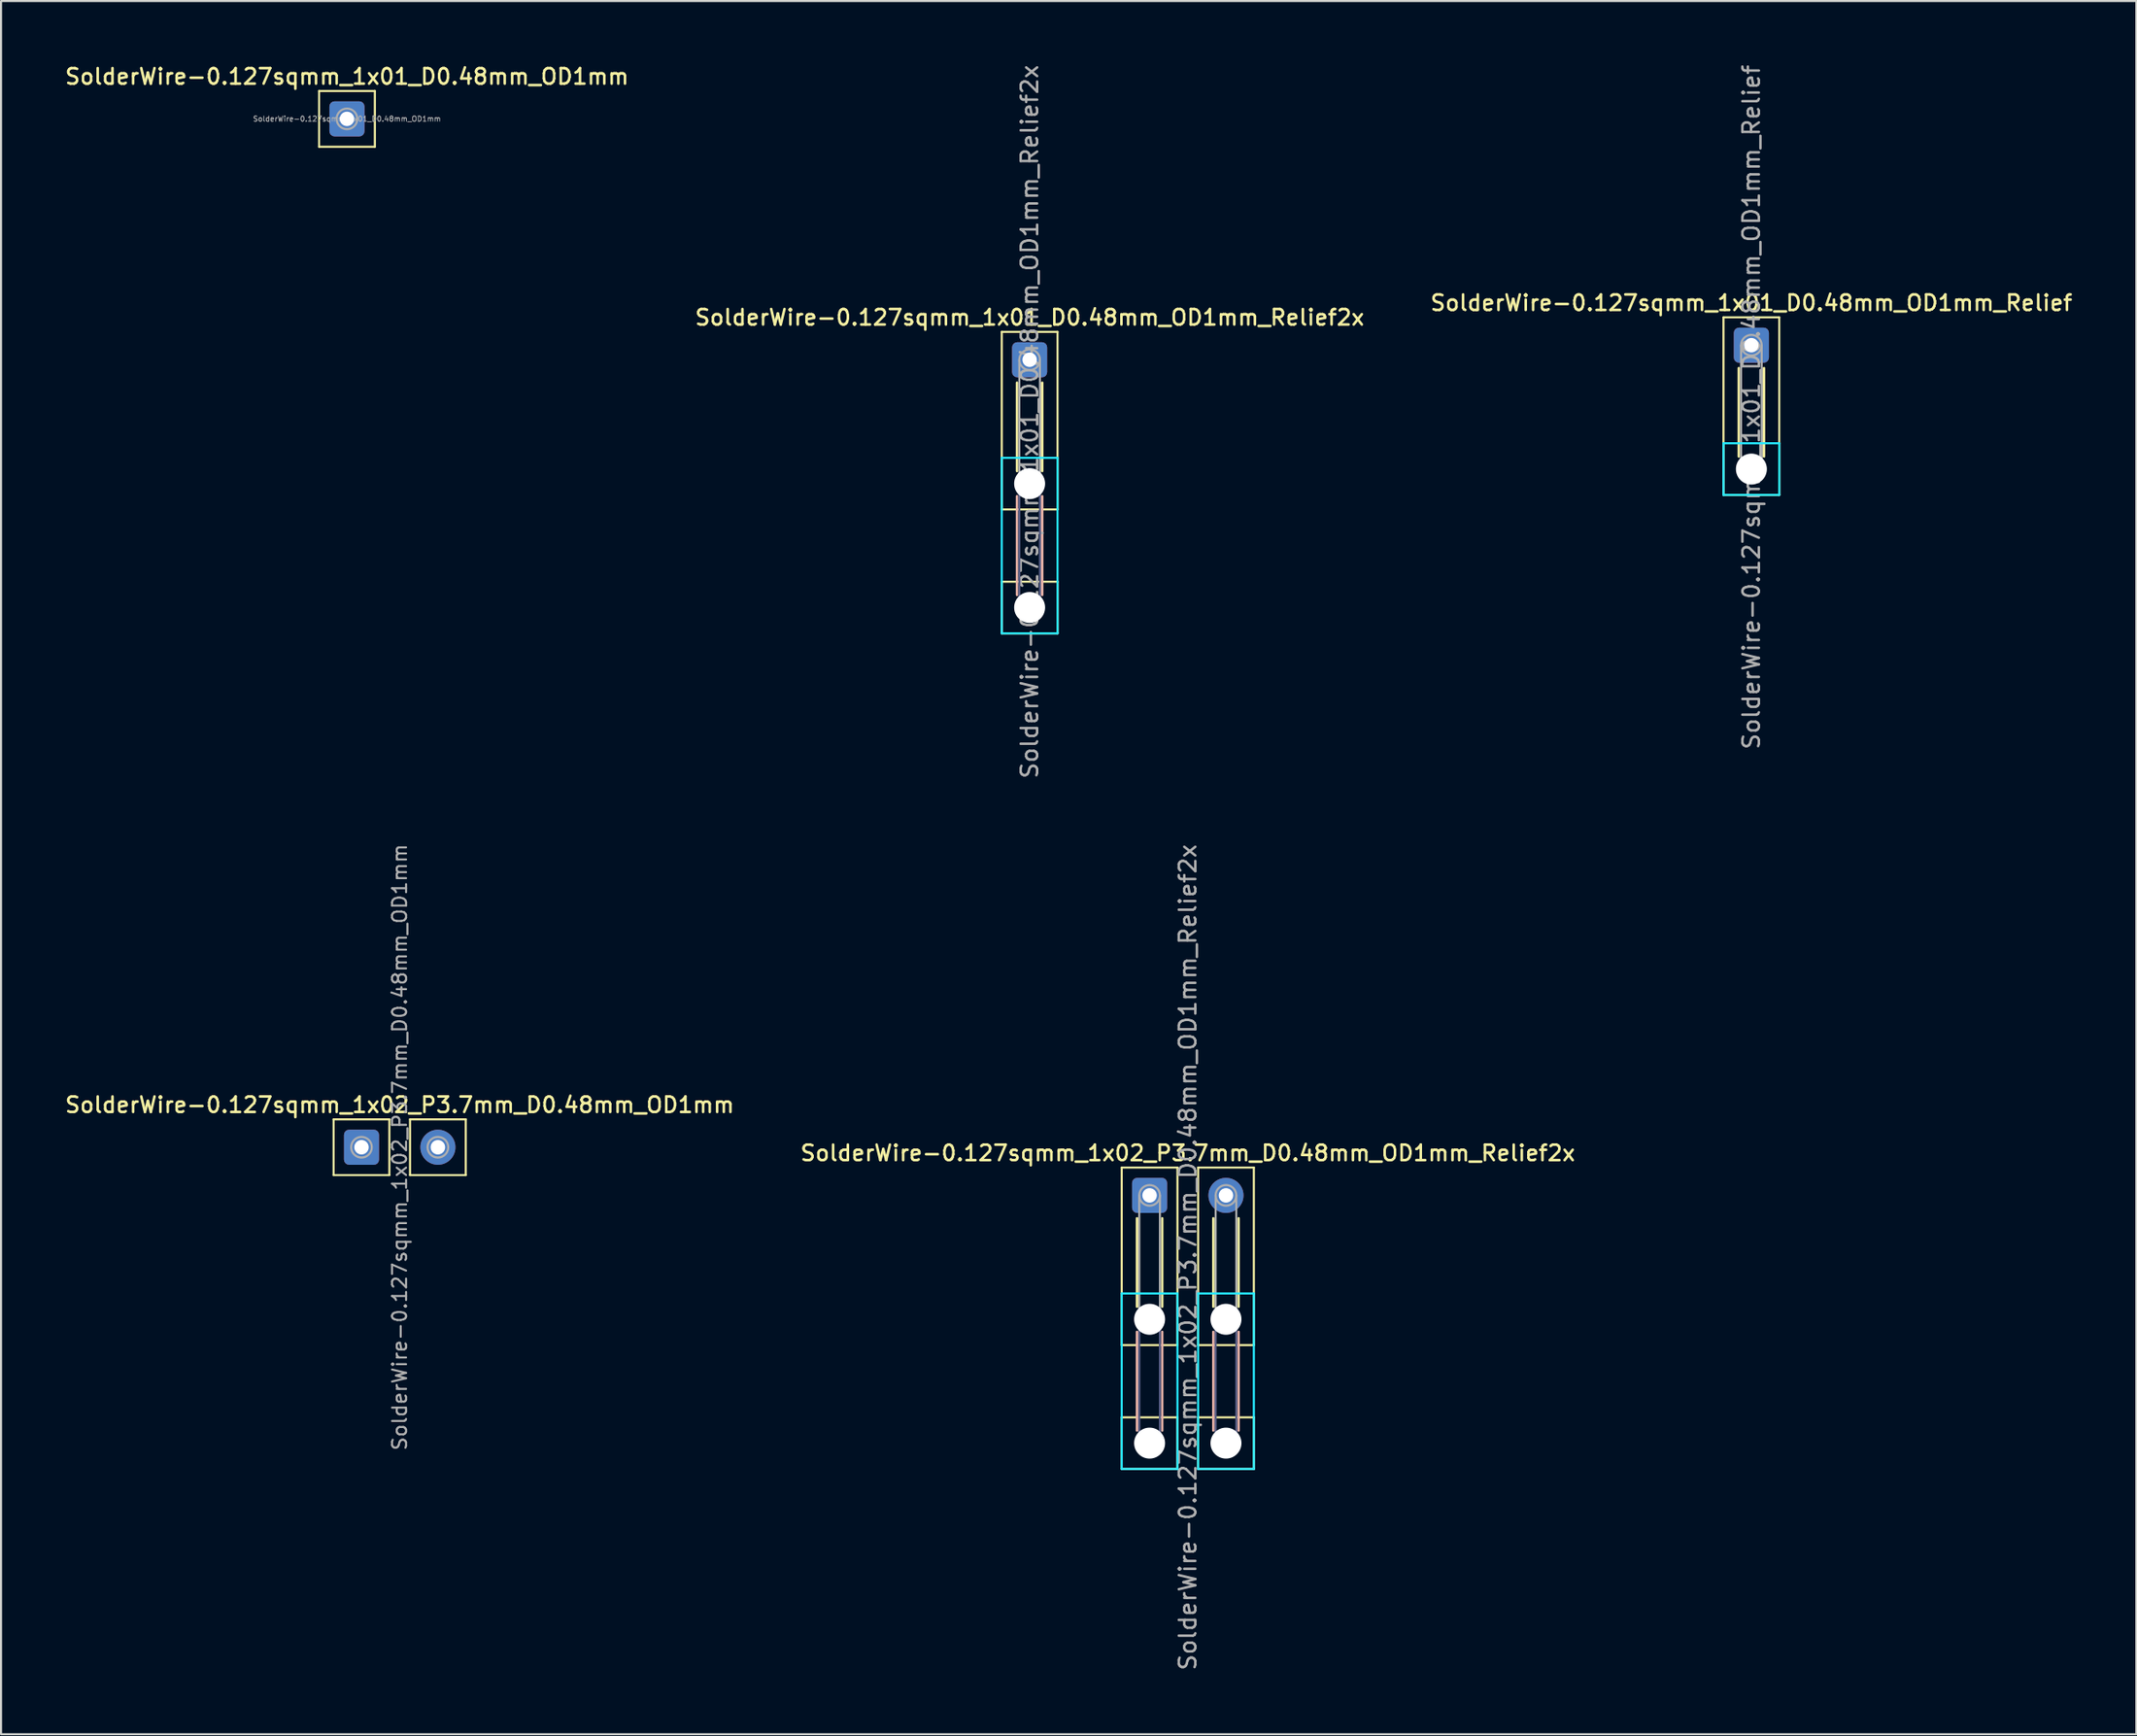
<source format=kicad_pcb>
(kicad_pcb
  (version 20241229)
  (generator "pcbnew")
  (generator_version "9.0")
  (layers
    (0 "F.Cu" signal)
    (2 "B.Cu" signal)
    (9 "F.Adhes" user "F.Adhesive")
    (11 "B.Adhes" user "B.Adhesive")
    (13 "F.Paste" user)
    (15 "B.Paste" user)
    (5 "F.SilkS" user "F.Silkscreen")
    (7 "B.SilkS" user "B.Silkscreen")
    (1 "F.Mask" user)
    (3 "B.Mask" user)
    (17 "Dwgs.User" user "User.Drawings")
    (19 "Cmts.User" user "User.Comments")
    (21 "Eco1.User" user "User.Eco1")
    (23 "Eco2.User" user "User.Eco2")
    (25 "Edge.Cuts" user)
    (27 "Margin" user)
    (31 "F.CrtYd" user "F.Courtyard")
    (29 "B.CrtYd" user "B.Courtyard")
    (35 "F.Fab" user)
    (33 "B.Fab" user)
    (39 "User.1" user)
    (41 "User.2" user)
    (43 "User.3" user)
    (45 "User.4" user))
  (footprint "SolderWire-0.127sqmm_1x01_D0.48mm_OD1mm"
    (layer "F.Cu")
    (at 13.755 2.708)
    (property "Reference" "SolderWire-0.127sqmm_1x01_D0.48mm_OD1mm" (at 0 -2.05 0) (layer "F.SilkS") (effects (font (size 0.75 0.75) (thickness 0.125))))
    (attr exclude_from_pos_files exclude_from_bom)
    (fp_line (start -1.35 -1.35) (end -1.35 1.35) (stroke (width 0.1) (type solid)) (layer "F.SilkS"))
    (fp_line (start -1.35 1.35) (end 1.35 1.35) (stroke (width 0.1) (type solid)) (layer "F.SilkS"))
    (fp_line (start 1.35 -1.35) (end -1.35 -1.35) (stroke (width 0.1) (type solid)) (layer "F.SilkS"))
    (fp_line (start 1.35 1.35) (end 1.35 -1.35) (stroke (width 0.1) (type solid)) (layer "F.SilkS"))
    (fp_circle (center 0 0) (end 0.5 0) (stroke (width 0.1) (type solid)) (fill no) (layer "F.Fab"))
    (fp_text user "${REFERENCE}" (at 0 0 0) (layer "F.Fab") (effects (font (size 0.25 0.25) (thickness 0.04))))
    (pad "1" thru_hole roundrect (at 0 0) (size 1.7 1.7) (drill 0.7) (layers "*.Cu" "*.Mask") (roundrect_rratio 0.147)))
  (footprint "SolderWire-0.127sqmm_1x02_P3.7mm_D0.48mm_OD1mm_Relief2x"
    (layer "F.Cu")
    (at 52.63 54.852)
    (property "Reference" "SolderWire-0.127sqmm_1x02_P3.7mm_D0.48mm_OD1mm_Relief2x" (at 1.85 -2.05 0) (layer "F.SilkS") (effects (font (size 0.75 0.75) (thickness 0.125))))
    (attr exclude_from_pos_files exclude_from_bom)
    (fp_line (start -1.35 -1.35) (end -1.35 7.25) (stroke (width 0.1) (type solid)) (layer "F.SilkS"))
    (fp_line (start -1.35 7.25) (end 1.35 7.25) (stroke (width 0.1) (type solid)) (layer "F.SilkS"))
    (fp_line (start -1.35 10.75) (end -1.35 13.25) (stroke (width 0.1) (type solid)) (layer "F.SilkS"))
    (fp_line (start -1.35 13.25) (end 1.35 13.25) (stroke (width 0.1) (type solid)) (layer "F.SilkS"))
    (fp_line (start -0.61 1.11) (end -0.61 5.39) (stroke (width 0.12) (type solid)) (layer "F.SilkS"))
    (fp_line (start 0.61 1.11) (end 0.61 5.39) (stroke (width 0.12) (type solid)) (layer "F.SilkS"))
    (fp_line (start 1.35 -1.35) (end -1.35 -1.35) (stroke (width 0.1) (type solid)) (layer "F.SilkS"))
    (fp_line (start 1.35 7.25) (end 1.35 -1.35) (stroke (width 0.1) (type solid)) (layer "F.SilkS"))
    (fp_line (start 1.35 10.75) (end -1.35 10.75) (stroke (width 0.1) (type solid)) (layer "F.SilkS"))
    (fp_line (start 1.35 13.25) (end 1.35 10.75) (stroke (width 0.1) (type solid)) (layer "F.SilkS"))
    (fp_line (start 2.35 -1.35) (end 2.35 7.25) (stroke (width 0.1) (type solid)) (layer "F.SilkS"))
    (fp_line (start 2.35 7.25) (end 5.05 7.25) (stroke (width 0.1) (type solid)) (layer "F.SilkS"))
    (fp_line (start 2.35 10.75) (end 2.35 13.25) (stroke (width 0.1) (type solid)) (layer "F.SilkS"))
    (fp_line (start 2.35 13.25) (end 5.05 13.25) (stroke (width 0.1) (type solid)) (layer "F.SilkS"))
    (fp_line (start 3.09 1.11) (end 3.09 5.39) (stroke (width 0.12) (type solid)) (layer "F.SilkS"))
    (fp_line (start 4.31 1.11) (end 4.31 5.39) (stroke (width 0.12) (type solid)) (layer "F.SilkS"))
    (fp_line (start 5.05 -1.35) (end 2.35 -1.35) (stroke (width 0.1) (type solid)) (layer "F.SilkS"))
    (fp_line (start 5.05 7.25) (end 5.05 -1.35) (stroke (width 0.1) (type solid)) (layer "F.SilkS"))
    (fp_line (start 5.05 10.75) (end 2.35 10.75) (stroke (width 0.1) (type solid)) (layer "F.SilkS"))
    (fp_line (start 5.05 13.25) (end 5.05 10.75) (stroke (width 0.1) (type solid)) (layer "F.SilkS"))
    (fp_line (start -0.61 6.61) (end -0.61 11.39) (stroke (width 0.12) (type solid)) (layer "B.SilkS"))
    (fp_line (start 0.61 6.61) (end 0.61 11.39) (stroke (width 0.12) (type solid)) (layer "B.SilkS"))
    (fp_line (start 3.09 6.61) (end 3.09 11.39) (stroke (width 0.12) (type solid)) (layer "B.SilkS"))
    (fp_line (start 4.31 6.61) (end 4.31 11.39) (stroke (width 0.12) (type solid)) (layer "B.SilkS"))
    (fp_line (start -1.35 4.75) (end -1.35 13.25) (stroke (width 0.1) (type solid)) (layer "B.CrtYd"))
    (fp_line (start -1.35 13.25) (end 1.35 13.25) (stroke (width 0.1) (type solid)) (layer "B.CrtYd"))
    (fp_line (start 1.35 4.75) (end -1.35 4.75) (stroke (width 0.1) (type solid)) (layer "B.CrtYd"))
    (fp_line (start 1.35 13.25) (end 1.35 4.75) (stroke (width 0.1) (type solid)) (layer "B.CrtYd"))
    (fp_line (start 2.35 4.75) (end 2.35 13.25) (stroke (width 0.1) (type solid)) (layer "B.CrtYd"))
    (fp_line (start 2.35 13.25) (end 5.05 13.25) (stroke (width 0.1) (type solid)) (layer "B.CrtYd"))
    (fp_line (start 5.05 4.75) (end 2.35 4.75) (stroke (width 0.1) (type solid)) (layer "B.CrtYd"))
    (fp_line (start 5.05 13.25) (end 5.05 4.75) (stroke (width 0.1) (type solid)) (layer "B.CrtYd"))
    (fp_line (start -0.5 6) (end -0.5 12) (stroke (width 0.1) (type solid)) (layer "B.Fab"))
    (fp_line (start 0.5 6) (end 0.5 12) (stroke (width 0.1) (type solid)) (layer "B.Fab"))
    (fp_line (start 3.2 6) (end 3.2 12) (stroke (width 0.1) (type solid)) (layer "B.Fab"))
    (fp_line (start 4.2 6) (end 4.2 12) (stroke (width 0.1) (type solid)) (layer "B.Fab"))
    (fp_circle (center 0 6) (end 0.5 6) (stroke (width 0.1) (type solid)) (fill no) (layer "B.Fab"))
    (fp_circle (center 0 12) (end 0.5 12) (stroke (width 0.1) (type solid)) (fill no) (layer "B.Fab"))
    (fp_circle (center 3.7 6) (end 4.2 6) (stroke (width 0.1) (type solid)) (fill no) (layer "B.Fab"))
    (fp_circle (center 3.7 12) (end 4.2 12) (stroke (width 0.1) (type solid)) (fill no) (layer "B.Fab"))
    (fp_line (start -0.5 0) (end -0.5 6) (stroke (width 0.1) (type solid)) (layer "F.Fab"))
    (fp_line (start 0.5 0) (end 0.5 6) (stroke (width 0.1) (type solid)) (layer "F.Fab"))
    (fp_line (start 3.2 0) (end 3.2 6) (stroke (width 0.1) (type solid)) (layer "F.Fab"))
    (fp_line (start 4.2 0) (end 4.2 6) (stroke (width 0.1) (type solid)) (layer "F.Fab"))
    (fp_circle (center 0 0) (end 0.5 0) (stroke (width 0.1) (type solid)) (fill no) (layer "F.Fab"))
    (fp_circle (center 0 6) (end 0.5 6) (stroke (width 0.1) (type solid)) (fill no) (layer "F.Fab"))
    (fp_circle (center 0 12) (end 0.5 12) (stroke (width 0.1) (type solid)) (fill no) (layer "F.Fab"))
    (fp_circle (center 3.7 0) (end 4.2 0) (stroke (width 0.1) (type solid)) (fill no) (layer "F.Fab"))
    (fp_circle (center 3.7 6) (end 4.2 6) (stroke (width 0.1) (type solid)) (fill no) (layer "F.Fab"))
    (fp_circle (center 3.7 12) (end 4.2 12) (stroke (width 0.1) (type solid)) (fill no) (layer "F.Fab"))
    (fp_text user "${REFERENCE}" (at 1.85 3 90) (layer "F.Fab") (effects (font (size 0.8 0.8) (thickness 0.12))))
    (pad "" np_thru_hole circle (at 0 6) (size 1.5 1.5) (drill 1.5) (layers "*.Cu" "*.Mask"))
    (pad "" np_thru_hole circle (at 0 12) (size 1.5 1.5) (drill 1.5) (layers "*.Cu" "*.Mask"))
    (pad "" np_thru_hole circle (at 3.7 6) (size 1.5 1.5) (drill 1.5) (layers "*.Cu" "*.Mask"))
    (pad "" np_thru_hole circle (at 3.7 12) (size 1.5 1.5) (drill 1.5) (layers "*.Cu" "*.Mask"))
    (pad "1" thru_hole roundrect (at 0 0) (size 1.7 1.7) (drill 0.7) (layers "*.Cu" "*.Mask") (roundrect_rratio 0.147))
    (pad "2" thru_hole circle (at 3.7 0) (size 1.7 1.7) (drill 0.7) (layers "*.Cu" "*.Mask")))
  (footprint "SolderWire-0.127sqmm_1x01_D0.48mm_OD1mm_Relief"
    (layer "F.Cu")
    (at 81.777 13.671)
    (property "Reference" "SolderWire-0.127sqmm_1x01_D0.48mm_OD1mm_Relief" (at 0 -2.05 0) (layer "F.SilkS") (effects (font (size 0.75 0.75) (thickness 0.125))))
    (attr exclude_from_pos_files exclude_from_bom)
    (fp_line (start -1.35 -1.35) (end -1.35 7.25) (stroke (width 0.1) (type solid)) (layer "F.SilkS"))
    (fp_line (start -1.35 7.25) (end 1.35 7.25) (stroke (width 0.1) (type solid)) (layer "F.SilkS"))
    (fp_line (start -0.61 1.11) (end -0.61 5.39) (stroke (width 0.12) (type solid)) (layer "F.SilkS"))
    (fp_line (start 0.61 1.11) (end 0.61 5.39) (stroke (width 0.12) (type solid)) (layer "F.SilkS"))
    (fp_line (start 1.35 -1.35) (end -1.35 -1.35) (stroke (width 0.1) (type solid)) (layer "F.SilkS"))
    (fp_line (start 1.35 7.25) (end 1.35 -1.35) (stroke (width 0.1) (type solid)) (layer "F.SilkS"))
    (fp_line (start -1.35 4.75) (end -1.35 7.25) (stroke (width 0.1) (type solid)) (layer "B.CrtYd"))
    (fp_line (start -1.35 7.25) (end 1.35 7.25) (stroke (width 0.1) (type solid)) (layer "B.CrtYd"))
    (fp_line (start 1.35 4.75) (end -1.35 4.75) (stroke (width 0.1) (type solid)) (layer "B.CrtYd"))
    (fp_line (start 1.35 7.25) (end 1.35 4.75) (stroke (width 0.1) (type solid)) (layer "B.CrtYd"))
    (fp_line (start -0.5 0) (end -0.5 6) (stroke (width 0.1) (type solid)) (layer "F.Fab"))
    (fp_line (start 0.5 0) (end 0.5 6) (stroke (width 0.1) (type solid)) (layer "F.Fab"))
    (fp_circle (center 0 0) (end 0.5 0) (stroke (width 0.1) (type solid)) (fill no) (layer "F.Fab"))
    (fp_circle (center 0 6) (end 0.5 6) (stroke (width 0.1) (type solid)) (fill no) (layer "F.Fab"))
    (fp_text user "${REFERENCE}" (at 0 3 90) (layer "F.Fab") (effects (font (size 0.8 0.8) (thickness 0.12))))
    (pad "" np_thru_hole circle (at 0 6) (size 1.5 1.5) (drill 1.5) (layers "*.Cu" "*.Mask"))
    (pad "1" thru_hole roundrect (at 0 0) (size 1.7 1.7) (drill 0.7) (layers "*.Cu" "*.Mask") (roundrect_rratio 0.147)))
  (footprint "SolderWire-0.127sqmm_1x02_P3.7mm_D0.48mm_OD1mm"
    (layer "F.Cu")
    (at 14.459 52.519)
    (property "Reference" "SolderWire-0.127sqmm_1x02_P3.7mm_D0.48mm_OD1mm" (at 1.85 -2.05 0) (layer "F.SilkS") (effects (font (size 0.75 0.75) (thickness 0.125))))
    (attr exclude_from_pos_files exclude_from_bom)
    (fp_line (start -1.35 -1.35) (end -1.35 1.35) (stroke (width 0.1) (type solid)) (layer "F.SilkS"))
    (fp_line (start -1.35 1.35) (end 1.35 1.35) (stroke (width 0.1) (type solid)) (layer "F.SilkS"))
    (fp_line (start 1.35 -1.35) (end -1.35 -1.35) (stroke (width 0.1) (type solid)) (layer "F.SilkS"))
    (fp_line (start 1.35 1.35) (end 1.35 -1.35) (stroke (width 0.1) (type solid)) (layer "F.SilkS"))
    (fp_line (start 2.35 -1.35) (end 2.35 1.35) (stroke (width 0.1) (type solid)) (layer "F.SilkS"))
    (fp_line (start 2.35 1.35) (end 5.05 1.35) (stroke (width 0.1) (type solid)) (layer "F.SilkS"))
    (fp_line (start 5.05 -1.35) (end 2.35 -1.35) (stroke (width 0.1) (type solid)) (layer "F.SilkS"))
    (fp_line (start 5.05 1.35) (end 5.05 -1.35) (stroke (width 0.1) (type solid)) (layer "F.SilkS"))
    (fp_circle (center 0 0) (end 0.5 0) (stroke (width 0.1) (type solid)) (fill no) (layer "F.Fab"))
    (fp_circle (center 3.7 0) (end 4.2 0) (stroke (width 0.1) (type solid)) (fill no) (layer "F.Fab"))
    (fp_text user "${REFERENCE}" (at 1.85 0 90) (layer "F.Fab") (effects (font (size 0.68 0.68) (thickness 0.1))))
    (pad "1" thru_hole roundrect (at 0 0) (size 1.7 1.7) (drill 0.7) (layers "*.Cu" "*.Mask") (roundrect_rratio 0.147))
    (pad "2" thru_hole circle (at 3.7 0) (size 1.7 1.7) (drill 0.7) (layers "*.Cu" "*.Mask")))
  (footprint "SolderWire-0.127sqmm_1x01_D0.48mm_OD1mm_Relief2x"
    (layer "F.Cu")
    (at 46.82 14.376)
    (property "Reference" "SolderWire-0.127sqmm_1x01_D0.48mm_OD1mm_Relief2x" (at 0 -2.05 0) (layer "F.SilkS") (effects (font (size 0.75 0.75) (thickness 0.125))))
    (attr exclude_from_pos_files exclude_from_bom)
    (fp_line (start -1.35 -1.35) (end -1.35 7.25) (stroke (width 0.1) (type solid)) (layer "F.SilkS"))
    (fp_line (start -1.35 7.25) (end 1.35 7.25) (stroke (width 0.1) (type solid)) (layer "F.SilkS"))
    (fp_line (start -1.35 10.75) (end -1.35 13.25) (stroke (width 0.1) (type solid)) (layer "F.SilkS"))
    (fp_line (start -1.35 13.25) (end 1.35 13.25) (stroke (width 0.1) (type solid)) (layer "F.SilkS"))
    (fp_line (start -0.61 1.11) (end -0.61 5.39) (stroke (width 0.12) (type solid)) (layer "F.SilkS"))
    (fp_line (start 0.61 1.11) (end 0.61 5.39) (stroke (width 0.12) (type solid)) (layer "F.SilkS"))
    (fp_line (start 1.35 -1.35) (end -1.35 -1.35) (stroke (width 0.1) (type solid)) (layer "F.SilkS"))
    (fp_line (start 1.35 7.25) (end 1.35 -1.35) (stroke (width 0.1) (type solid)) (layer "F.SilkS"))
    (fp_line (start 1.35 10.75) (end -1.35 10.75) (stroke (width 0.1) (type solid)) (layer "F.SilkS"))
    (fp_line (start 1.35 13.25) (end 1.35 10.75) (stroke (width 0.1) (type solid)) (layer "F.SilkS"))
    (fp_line (start -0.61 6.61) (end -0.61 11.39) (stroke (width 0.12) (type solid)) (layer "B.SilkS"))
    (fp_line (start 0.61 6.61) (end 0.61 11.39) (stroke (width 0.12) (type solid)) (layer "B.SilkS"))
    (fp_line (start -1.35 4.75) (end -1.35 13.25) (stroke (width 0.1) (type solid)) (layer "B.CrtYd"))
    (fp_line (start -1.35 13.25) (end 1.35 13.25) (stroke (width 0.1) (type solid)) (layer "B.CrtYd"))
    (fp_line (start 1.35 4.75) (end -1.35 4.75) (stroke (width 0.1) (type solid)) (layer "B.CrtYd"))
    (fp_line (start 1.35 13.25) (end 1.35 4.75) (stroke (width 0.1) (type solid)) (layer "B.CrtYd"))
    (fp_line (start -0.5 6) (end -0.5 12) (stroke (width 0.1) (type solid)) (layer "B.Fab"))
    (fp_line (start 0.5 6) (end 0.5 12) (stroke (width 0.1) (type solid)) (layer "B.Fab"))
    (fp_circle (center 0 6) (end 0.5 6) (stroke (width 0.1) (type solid)) (fill no) (layer "B.Fab"))
    (fp_circle (center 0 12) (end 0.5 12) (stroke (width 0.1) (type solid)) (fill no) (layer "B.Fab"))
    (fp_line (start -0.5 0) (end -0.5 6) (stroke (width 0.1) (type solid)) (layer "F.Fab"))
    (fp_line (start 0.5 0) (end 0.5 6) (stroke (width 0.1) (type solid)) (layer "F.Fab"))
    (fp_circle (center 0 0) (end 0.5 0) (stroke (width 0.1) (type solid)) (fill no) (layer "F.Fab"))
    (fp_circle (center 0 6) (end 0.5 6) (stroke (width 0.1) (type solid)) (fill no) (layer "F.Fab"))
    (fp_circle (center 0 12) (end 0.5 12) (stroke (width 0.1) (type solid)) (fill no) (layer "F.Fab"))
    (fp_text user "${REFERENCE}" (at 0 3 90) (layer "F.Fab") (effects (font (size 0.8 0.8) (thickness 0.12))))
    (pad "" np_thru_hole circle (at 0 6) (size 1.5 1.5) (drill 1.5) (layers "*.Cu" "*.Mask"))
    (pad "" np_thru_hole circle (at 0 12) (size 1.5 1.5) (drill 1.5) (layers "*.Cu" "*.Mask"))
    (pad "1" thru_hole roundrect (at 0 0) (size 1.7 1.7) (drill 0.7) (layers "*.Cu" "*.Mask") (roundrect_rratio 0.147)))
  (gr_rect
    (start -3 -3)
    (end 100.425 80.952)
    (stroke (width 0.1) (type default))
    (fill no)
    (layer "Edge.Cuts")))
</source>
